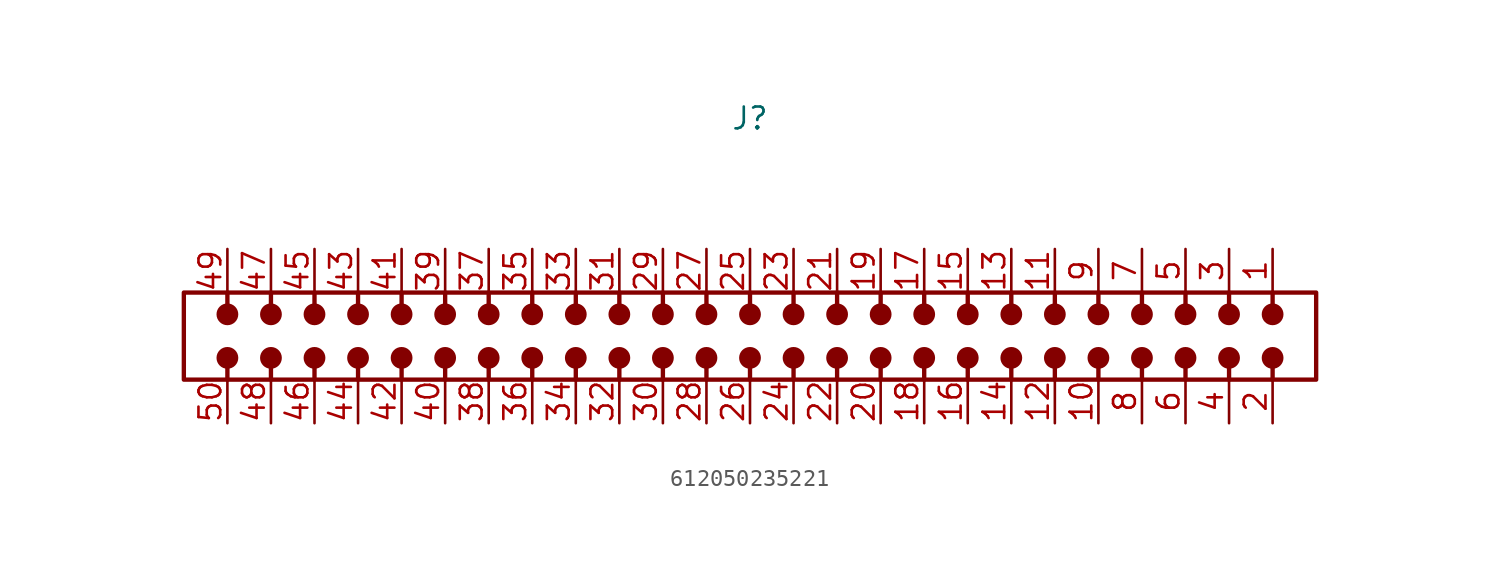
<source format=kicad_sym>
(kicad_symbol_lib
  (version 20241209)
  (generator "kicad_symbol_editor")
  (generator_version "9.0")
  (symbol "612050235221"
    (pin_names
      (hide yes))
    (property "Reference" "J"
      (at 0 12.7 0)
      (effects (font (size 1.27 1.27))))
    (symbol "612050235221_1_1"
      (rectangle (start -33.02 2.54) (end 33.02 -2.54) (stroke (width 0.254) (type solid)) (fill (type none)))
      (polyline (pts (xy -30.48 1.778) (xy -30.48 2.54)) (stroke (width 0.254) (type solid)) (fill (type none)))
      (circle (center -30.48 1.27) (radius 0.508) (stroke (width 0.254) (type solid)) (fill (type outline)))
      (circle (center -30.48 -1.27) (radius 0.508) (stroke (width 0.254) (type solid)) (fill (type outline)))
      (polyline (pts (xy -30.48 -1.778) (xy -30.48 -2.54)) (stroke (width 0.254) (type solid)) (fill (type none)))
      (polyline (pts (xy -27.94 1.778) (xy -27.94 2.54)) (stroke (width 0.254) (type solid)) (fill (type none)))
      (circle (center -27.94 1.27) (radius 0.508) (stroke (width 0.254) (type solid)) (fill (type outline)))
      (circle (center -27.94 -1.27) (radius 0.508) (stroke (width 0.254) (type solid)) (fill (type outline)))
      (polyline (pts (xy -27.94 -1.778) (xy -27.94 -2.54)) (stroke (width 0.254) (type solid)) (fill (type none)))
      (polyline (pts (xy -25.4 1.778) (xy -25.4 2.54)) (stroke (width 0.254) (type solid)) (fill (type none)))
      (circle (center -25.4 1.27) (radius 0.508) (stroke (width 0.254) (type solid)) (fill (type outline)))
      (circle (center -25.4 -1.27) (radius 0.508) (stroke (width 0.254) (type solid)) (fill (type outline)))
      (polyline (pts (xy -25.4 -1.778) (xy -25.4 -2.54)) (stroke (width 0.254) (type solid)) (fill (type none)))
      (polyline (pts (xy -22.86 1.778) (xy -22.86 2.54)) (stroke (width 0.254) (type solid)) (fill (type none)))
      (circle (center -22.86 1.27) (radius 0.508) (stroke (width 0.254) (type solid)) (fill (type outline)))
      (circle (center -22.86 -1.27) (radius 0.508) (stroke (width 0.254) (type solid)) (fill (type outline)))
      (polyline (pts (xy -22.86 -1.778) (xy -22.86 -2.54)) (stroke (width 0.254) (type solid)) (fill (type none)))
      (polyline (pts (xy -20.32 1.778) (xy -20.32 2.54)) (stroke (width 0.254) (type solid)) (fill (type none)))
      (circle (center -20.32 1.27) (radius 0.508) (stroke (width 0.254) (type solid)) (fill (type outline)))
      (circle (center -20.32 -1.27) (radius 0.508) (stroke (width 0.254) (type solid)) (fill (type outline)))
      (polyline (pts (xy -20.32 -1.778) (xy -20.32 -2.54)) (stroke (width 0.254) (type solid)) (fill (type none)))
      (polyline (pts (xy -17.78 1.778) (xy -17.78 2.54)) (stroke (width 0.254) (type solid)) (fill (type none)))
      (circle (center -17.78 1.27) (radius 0.508) (stroke (width 0.254) (type solid)) (fill (type outline)))
      (circle (center -17.78 -1.27) (radius 0.508) (stroke (width 0.254) (type solid)) (fill (type outline)))
      (polyline (pts (xy -17.78 -1.778) (xy -17.78 -2.54)) (stroke (width 0.254) (type solid)) (fill (type none)))
      (polyline (pts (xy -15.24 1.778) (xy -15.24 2.54)) (stroke (width 0.254) (type solid)) (fill (type none)))
      (circle (center -15.24 1.27) (radius 0.508) (stroke (width 0.254) (type solid)) (fill (type outline)))
      (circle (center -15.24 -1.27) (radius 0.508) (stroke (width 0.254) (type solid)) (fill (type outline)))
      (polyline (pts (xy -15.24 -1.778) (xy -15.24 -2.54)) (stroke (width 0.254) (type solid)) (fill (type none)))
      (polyline (pts (xy -12.7 1.778) (xy -12.7 2.54)) (stroke (width 0.254) (type solid)) (fill (type none)))
      (circle (center -12.7 1.27) (radius 0.508) (stroke (width 0.254) (type solid)) (fill (type outline)))
      (circle (center -12.7 -1.27) (radius 0.508) (stroke (width 0.254) (type solid)) (fill (type outline)))
      (polyline (pts (xy -12.7 -1.778) (xy -12.7 -2.54)) (stroke (width 0.254) (type solid)) (fill (type none)))
      (polyline (pts (xy -10.16 1.778) (xy -10.16 2.54)) (stroke (width 0.254) (type solid)) (fill (type none)))
      (circle (center -10.16 1.27) (radius 0.508) (stroke (width 0.254) (type solid)) (fill (type outline)))
      (circle (center -10.16 -1.27) (radius 0.508) (stroke (width 0.254) (type solid)) (fill (type outline)))
      (polyline (pts (xy -10.16 -1.778) (xy -10.16 -2.54)) (stroke (width 0.254) (type solid)) (fill (type none)))
      (polyline (pts (xy -7.62 1.778) (xy -7.62 2.54)) (stroke (width 0.254) (type solid)) (fill (type none)))
      (circle (center -7.62 1.27) (radius 0.508) (stroke (width 0.254) (type solid)) (fill (type outline)))
      (circle (center -7.62 -1.27) (radius 0.508) (stroke (width 0.254) (type solid)) (fill (type outline)))
      (polyline (pts (xy -7.62 -1.778) (xy -7.62 -2.54)) (stroke (width 0.254) (type solid)) (fill (type none)))
      (polyline (pts (xy -5.08 1.778) (xy -5.08 2.54)) (stroke (width 0.254) (type solid)) (fill (type none)))
      (circle (center -5.08 1.27) (radius 0.508) (stroke (width 0.254) (type solid)) (fill (type outline)))
      (circle (center -5.08 -1.27) (radius 0.508) (stroke (width 0.254) (type solid)) (fill (type outline)))
      (polyline (pts (xy -5.08 -1.778) (xy -5.08 -2.54)) (stroke (width 0.254) (type solid)) (fill (type none)))
      (polyline (pts (xy -2.54 1.778) (xy -2.54 2.54)) (stroke (width 0.254) (type solid)) (fill (type none)))
      (circle (center -2.54 1.27) (radius 0.508) (stroke (width 0.254) (type solid)) (fill (type outline)))
      (circle (center -2.54 -1.27) (radius 0.508) (stroke (width 0.254) (type solid)) (fill (type outline)))
      (polyline (pts (xy -2.54 -1.778) (xy -2.54 -2.54)) (stroke (width 0.254) (type solid)) (fill (type none)))
      (polyline (pts (xy 0 1.778) (xy 0 2.54)) (stroke (width 0.254) (type solid)) (fill (type none)))
      (circle (center 0 1.27) (radius 0.508) (stroke (width 0.254) (type solid)) (fill (type outline)))
      (circle (center 0 -1.27) (radius 0.508) (stroke (width 0.254) (type solid)) (fill (type outline)))
      (polyline (pts (xy 0 -1.778) (xy 0 -2.54)) (stroke (width 0.254) (type solid)) (fill (type none)))
      (polyline (pts (xy 2.54 1.778) (xy 2.54 2.54)) (stroke (width 0.254) (type solid)) (fill (type none)))
      (circle (center 2.54 1.27) (radius 0.508) (stroke (width 0.254) (type solid)) (fill (type outline)))
      (circle (center 2.54 -1.27) (radius 0.508) (stroke (width 0.254) (type solid)) (fill (type outline)))
      (polyline (pts (xy 2.54 -1.778) (xy 2.54 -2.54)) (stroke (width 0.254) (type solid)) (fill (type none)))
      (polyline (pts (xy 5.08 1.778) (xy 5.08 2.54)) (stroke (width 0.254) (type solid)) (fill (type none)))
      (circle (center 5.08 1.27) (radius 0.508) (stroke (width 0.254) (type solid)) (fill (type outline)))
      (circle (center 5.08 -1.27) (radius 0.508) (stroke (width 0.254) (type solid)) (fill (type outline)))
      (polyline (pts (xy 5.08 -1.778) (xy 5.08 -2.54)) (stroke (width 0.254) (type solid)) (fill (type none)))
      (polyline (pts (xy 7.62 1.778) (xy 7.62 2.54)) (stroke (width 0.254) (type solid)) (fill (type none)))
      (circle (center 7.62 1.27) (radius 0.508) (stroke (width 0.254) (type solid)) (fill (type outline)))
      (circle (center 7.62 -1.27) (radius 0.508) (stroke (width 0.254) (type solid)) (fill (type outline)))
      (polyline (pts (xy 7.62 -1.778) (xy 7.62 -2.54)) (stroke (width 0.254) (type solid)) (fill (type none)))
      (polyline (pts (xy 10.16 1.778) (xy 10.16 2.54)) (stroke (width 0.254) (type solid)) (fill (type none)))
      (circle (center 10.16 1.27) (radius 0.508) (stroke (width 0.254) (type solid)) (fill (type outline)))
      (circle (center 10.16 -1.27) (radius 0.508) (stroke (width 0.254) (type solid)) (fill (type outline)))
      (polyline (pts (xy 10.16 -1.778) (xy 10.16 -2.54)) (stroke (width 0.254) (type solid)) (fill (type none)))
      (polyline (pts (xy 12.7 1.778) (xy 12.7 2.54)) (stroke (width 0.254) (type solid)) (fill (type none)))
      (circle (center 12.7 1.27) (radius 0.508) (stroke (width 0.254) (type solid)) (fill (type outline)))
      (circle (center 12.7 -1.27) (radius 0.508) (stroke (width 0.254) (type solid)) (fill (type outline)))
      (polyline (pts (xy 12.7 -1.778) (xy 12.7 -2.54)) (stroke (width 0.254) (type solid)) (fill (type none)))
      (polyline (pts (xy 15.24 1.778) (xy 15.24 2.54)) (stroke (width 0.254) (type solid)) (fill (type none)))
      (circle (center 15.24 1.27) (radius 0.508) (stroke (width 0.254) (type solid)) (fill (type outline)))
      (circle (center 15.24 -1.27) (radius 0.508) (stroke (width 0.254) (type solid)) (fill (type outline)))
      (polyline (pts (xy 15.24 -1.778) (xy 15.24 -2.54)) (stroke (width 0.254) (type solid)) (fill (type none)))
      (polyline (pts (xy 17.78 1.778) (xy 17.78 2.54)) (stroke (width 0.254) (type solid)) (fill (type none)))
      (circle (center 17.78 1.27) (radius 0.508) (stroke (width 0.254) (type solid)) (fill (type outline)))
      (circle (center 17.78 -1.27) (radius 0.508) (stroke (width 0.254) (type solid)) (fill (type outline)))
      (polyline (pts (xy 17.78 -1.778) (xy 17.78 -2.54)) (stroke (width 0.254) (type solid)) (fill (type none)))
      (polyline (pts (xy 20.32 1.778) (xy 20.32 2.54)) (stroke (width 0.254) (type solid)) (fill (type none)))
      (circle (center 20.32 1.27) (radius 0.508) (stroke (width 0.254) (type solid)) (fill (type outline)))
      (circle (center 20.32 -1.27) (radius 0.508) (stroke (width 0.254) (type solid)) (fill (type outline)))
      (polyline (pts (xy 20.32 -1.778) (xy 20.32 -2.54)) (stroke (width 0.254) (type solid)) (fill (type none)))
      (polyline (pts (xy 22.86 1.778) (xy 22.86 2.54)) (stroke (width 0.254) (type solid)) (fill (type none)))
      (circle (center 22.86 1.27) (radius 0.508) (stroke (width 0.254) (type solid)) (fill (type outline)))
      (circle (center 22.86 -1.27) (radius 0.508) (stroke (width 0.254) (type solid)) (fill (type outline)))
      (polyline (pts (xy 22.86 -1.778) (xy 22.86 -2.54)) (stroke (width 0.254) (type solid)) (fill (type none)))
      (polyline (pts (xy 25.4 1.778) (xy 25.4 2.54)) (stroke (width 0.254) (type solid)) (fill (type none)))
      (circle (center 25.4 1.27) (radius 0.508) (stroke (width 0.254) (type solid)) (fill (type outline)))
      (circle (center 25.4 -1.27) (radius 0.508) (stroke (width 0.254) (type solid)) (fill (type outline)))
      (polyline (pts (xy 25.4 -1.778) (xy 25.4 -2.54)) (stroke (width 0.254) (type solid)) (fill (type none)))
      (polyline (pts (xy 27.94 1.778) (xy 27.94 2.54)) (stroke (width 0.254) (type solid)) (fill (type none)))
      (circle (center 27.94 1.27) (radius 0.508) (stroke (width 0.254) (type solid)) (fill (type outline)))
      (circle (center 27.94 -1.27) (radius 0.508) (stroke (width 0.254) (type solid)) (fill (type outline)))
      (polyline (pts (xy 27.94 -1.778) (xy 27.94 -2.54)) (stroke (width 0.254) (type solid)) (fill (type none)))
      (polyline (pts (xy 30.48 1.778) (xy 30.48 2.54)) (stroke (width 0.254) (type solid)) (fill (type none)))
      (circle (center 30.48 1.27) (radius 0.508) (stroke (width 0.254) (type solid)) (fill (type outline)))
      (circle (center 30.48 -1.27) (radius 0.508) (stroke (width 0.254) (type solid)) (fill (type outline)))
      (polyline (pts (xy 30.48 -1.778) (xy 30.48 -2.54)) (stroke (width 0.254) (type solid)) (fill (type none)))
      (pin passive line (at -30.48 5.08 270) (length 2.54) (name "49" (effects (font (size 1.27 1.27)))) (number "49" (effects (font (size 1.27 1.27)))))
      (pin passive line (at -30.48 -5.08 90) (length 2.54) (name "50" (effects (font (size 1.27 1.27)))) (number "50" (effects (font (size 1.27 1.27)))))
      (pin passive line (at -27.94 5.08 270) (length 2.54) (name "47" (effects (font (size 1.27 1.27)))) (number "47" (effects (font (size 1.27 1.27)))))
      (pin passive line (at -27.94 -5.08 90) (length 2.54) (name "48" (effects (font (size 1.27 1.27)))) (number "48" (effects (font (size 1.27 1.27)))))
      (pin passive line (at -25.4 5.08 270) (length 2.54) (name "45" (effects (font (size 1.27 1.27)))) (number "45" (effects (font (size 1.27 1.27)))))
      (pin passive line (at -25.4 -5.08 90) (length 2.54) (name "46" (effects (font (size 1.27 1.27)))) (number "46" (effects (font (size 1.27 1.27)))))
      (pin passive line (at -22.86 5.08 270) (length 2.54) (name "43" (effects (font (size 1.27 1.27)))) (number "43" (effects (font (size 1.27 1.27)))))
      (pin passive line (at -22.86 -5.08 90) (length 2.54) (name "44" (effects (font (size 1.27 1.27)))) (number "44" (effects (font (size 1.27 1.27)))))
      (pin passive line (at -20.32 5.08 270) (length 2.54) (name "41" (effects (font (size 1.27 1.27)))) (number "41" (effects (font (size 1.27 1.27)))))
      (pin passive line (at -20.32 -5.08 90) (length 2.54) (name "42" (effects (font (size 1.27 1.27)))) (number "42" (effects (font (size 1.27 1.27)))))
      (pin passive line (at -17.78 5.08 270) (length 2.54) (name "39" (effects (font (size 1.27 1.27)))) (number "39" (effects (font (size 1.27 1.27)))))
      (pin passive line (at -17.78 -5.08 90) (length 2.54) (name "40" (effects (font (size 1.27 1.27)))) (number "40" (effects (font (size 1.27 1.27)))))
      (pin passive line (at -15.24 5.08 270) (length 2.54) (name "37" (effects (font (size 1.27 1.27)))) (number "37" (effects (font (size 1.27 1.27)))))
      (pin passive line (at -15.24 -5.08 90) (length 2.54) (name "38" (effects (font (size 1.27 1.27)))) (number "38" (effects (font (size 1.27 1.27)))))
      (pin passive line (at -12.7 5.08 270) (length 2.54) (name "35" (effects (font (size 1.27 1.27)))) (number "35" (effects (font (size 1.27 1.27)))))
      (pin passive line (at -12.7 -5.08 90) (length 2.54) (name "36" (effects (font (size 1.27 1.27)))) (number "36" (effects (font (size 1.27 1.27)))))
      (pin passive line (at -10.16 5.08 270) (length 2.54) (name "33" (effects (font (size 1.27 1.27)))) (number "33" (effects (font (size 1.27 1.27)))))
      (pin passive line (at -10.16 -5.08 90) (length 2.54) (name "34" (effects (font (size 1.27 1.27)))) (number "34" (effects (font (size 1.27 1.27)))))
      (pin passive line (at -7.62 5.08 270) (length 2.54) (name "31" (effects (font (size 1.27 1.27)))) (number "31" (effects (font (size 1.27 1.27)))))
      (pin passive line (at -7.62 -5.08 90) (length 2.54) (name "32" (effects (font (size 1.27 1.27)))) (number "32" (effects (font (size 1.27 1.27)))))
      (pin passive line (at -5.08 5.08 270) (length 2.54) (name "29" (effects (font (size 1.27 1.27)))) (number "29" (effects (font (size 1.27 1.27)))))
      (pin passive line (at -5.08 -5.08 90) (length 2.54) (name "30" (effects (font (size 1.27 1.27)))) (number "30" (effects (font (size 1.27 1.27)))))
      (pin passive line (at -2.54 5.08 270) (length 2.54) (name "27" (effects (font (size 1.27 1.27)))) (number "27" (effects (font (size 1.27 1.27)))))
      (pin passive line (at -2.54 -5.08 90) (length 2.54) (name "28" (effects (font (size 1.27 1.27)))) (number "28" (effects (font (size 1.27 1.27)))))
      (pin passive line (at 0 5.08 270) (length 2.54) (name "25" (effects (font (size 1.27 1.27)))) (number "25" (effects (font (size 1.27 1.27)))))
      (pin passive line (at 0 -5.08 90) (length 2.54) (name "26" (effects (font (size 1.27 1.27)))) (number "26" (effects (font (size 1.27 1.27)))))
      (pin passive line (at 2.54 5.08 270) (length 2.54) (name "23" (effects (font (size 1.27 1.27)))) (number "23" (effects (font (size 1.27 1.27)))))
      (pin passive line (at 2.54 -5.08 90) (length 2.54) (name "24" (effects (font (size 1.27 1.27)))) (number "24" (effects (font (size 1.27 1.27)))))
      (pin passive line (at 5.08 5.08 270) (length 2.54) (name "21" (effects (font (size 1.27 1.27)))) (number "21" (effects (font (size 1.27 1.27)))))
      (pin passive line (at 5.08 -5.08 90) (length 2.54) (name "22" (effects (font (size 1.27 1.27)))) (number "22" (effects (font (size 1.27 1.27)))))
      (pin passive line (at 7.62 5.08 270) (length 2.54) (name "19" (effects (font (size 1.27 1.27)))) (number "19" (effects (font (size 1.27 1.27)))))
      (pin passive line (at 7.62 -5.08 90) (length 2.54) (name "20" (effects (font (size 1.27 1.27)))) (number "20" (effects (font (size 1.27 1.27)))))
      (pin passive line (at 10.16 5.08 270) (length 2.54) (name "17" (effects (font (size 1.27 1.27)))) (number "17" (effects (font (size 1.27 1.27)))))
      (pin passive line (at 10.16 -5.08 90) (length 2.54) (name "18" (effects (font (size 1.27 1.27)))) (number "18" (effects (font (size 1.27 1.27)))))
      (pin passive line (at 12.7 5.08 270) (length 2.54) (name "15" (effects (font (size 1.27 1.27)))) (number "15" (effects (font (size 1.27 1.27)))))
      (pin passive line (at 12.7 -5.08 90) (length 2.54) (name "16" (effects (font (size 1.27 1.27)))) (number "16" (effects (font (size 1.27 1.27)))))
      (pin passive line (at 15.24 5.08 270) (length 2.54) (name "13" (effects (font (size 1.27 1.27)))) (number "13" (effects (font (size 1.27 1.27)))))
      (pin passive line (at 15.24 -5.08 90) (length 2.54) (name "14" (effects (font (size 1.27 1.27)))) (number "14" (effects (font (size 1.27 1.27)))))
      (pin passive line (at 17.78 5.08 270) (length 2.54) (name "11" (effects (font (size 1.27 1.27)))) (number "11" (effects (font (size 1.27 1.27)))))
      (pin passive line (at 17.78 -5.08 90) (length 2.54) (name "12" (effects (font (size 1.27 1.27)))) (number "12" (effects (font (size 1.27 1.27)))))
      (pin passive line (at 20.32 5.08 270) (length 2.54) (name "9" (effects (font (size 1.27 1.27)))) (number "9" (effects (font (size 1.27 1.27)))))
      (pin passive line (at 20.32 -5.08 90) (length 2.54) (name "10" (effects (font (size 1.27 1.27)))) (number "10" (effects (font (size 1.27 1.27)))))
      (pin passive line (at 22.86 5.08 270) (length 2.54) (name "7" (effects (font (size 1.27 1.27)))) (number "7" (effects (font (size 1.27 1.27)))))
      (pin passive line (at 22.86 -5.08 90) (length 2.54) (name "8" (effects (font (size 1.27 1.27)))) (number "8" (effects (font (size 1.27 1.27)))))
      (pin passive line (at 25.4 5.08 270) (length 2.54) (name "5" (effects (font (size 1.27 1.27)))) (number "5" (effects (font (size 1.27 1.27)))))
      (pin passive line (at 25.4 -5.08 90) (length 2.54) (name "6" (effects (font (size 1.27 1.27)))) (number "6" (effects (font (size 1.27 1.27)))))
      (pin passive line (at 27.94 5.08 270) (length 2.54) (name "3" (effects (font (size 1.27 1.27)))) (number "3" (effects (font (size 1.27 1.27)))))
      (pin passive line (at 27.94 -5.08 90) (length 2.54) (name "4" (effects (font (size 1.27 1.27)))) (number "4" (effects (font (size 1.27 1.27)))))
      (pin passive line (at 30.48 5.08 270) (length 2.54) (name "1" (effects (font (size 1.27 1.27)))) (number "1" (effects (font (size 1.27 1.27)))))
      (pin passive line (at 30.48 -5.08 90) (length 2.54) (name "2" (effects (font (size 1.27 1.27)))) (number "2" (effects (font (size 1.27 1.27))))))))
</source>
